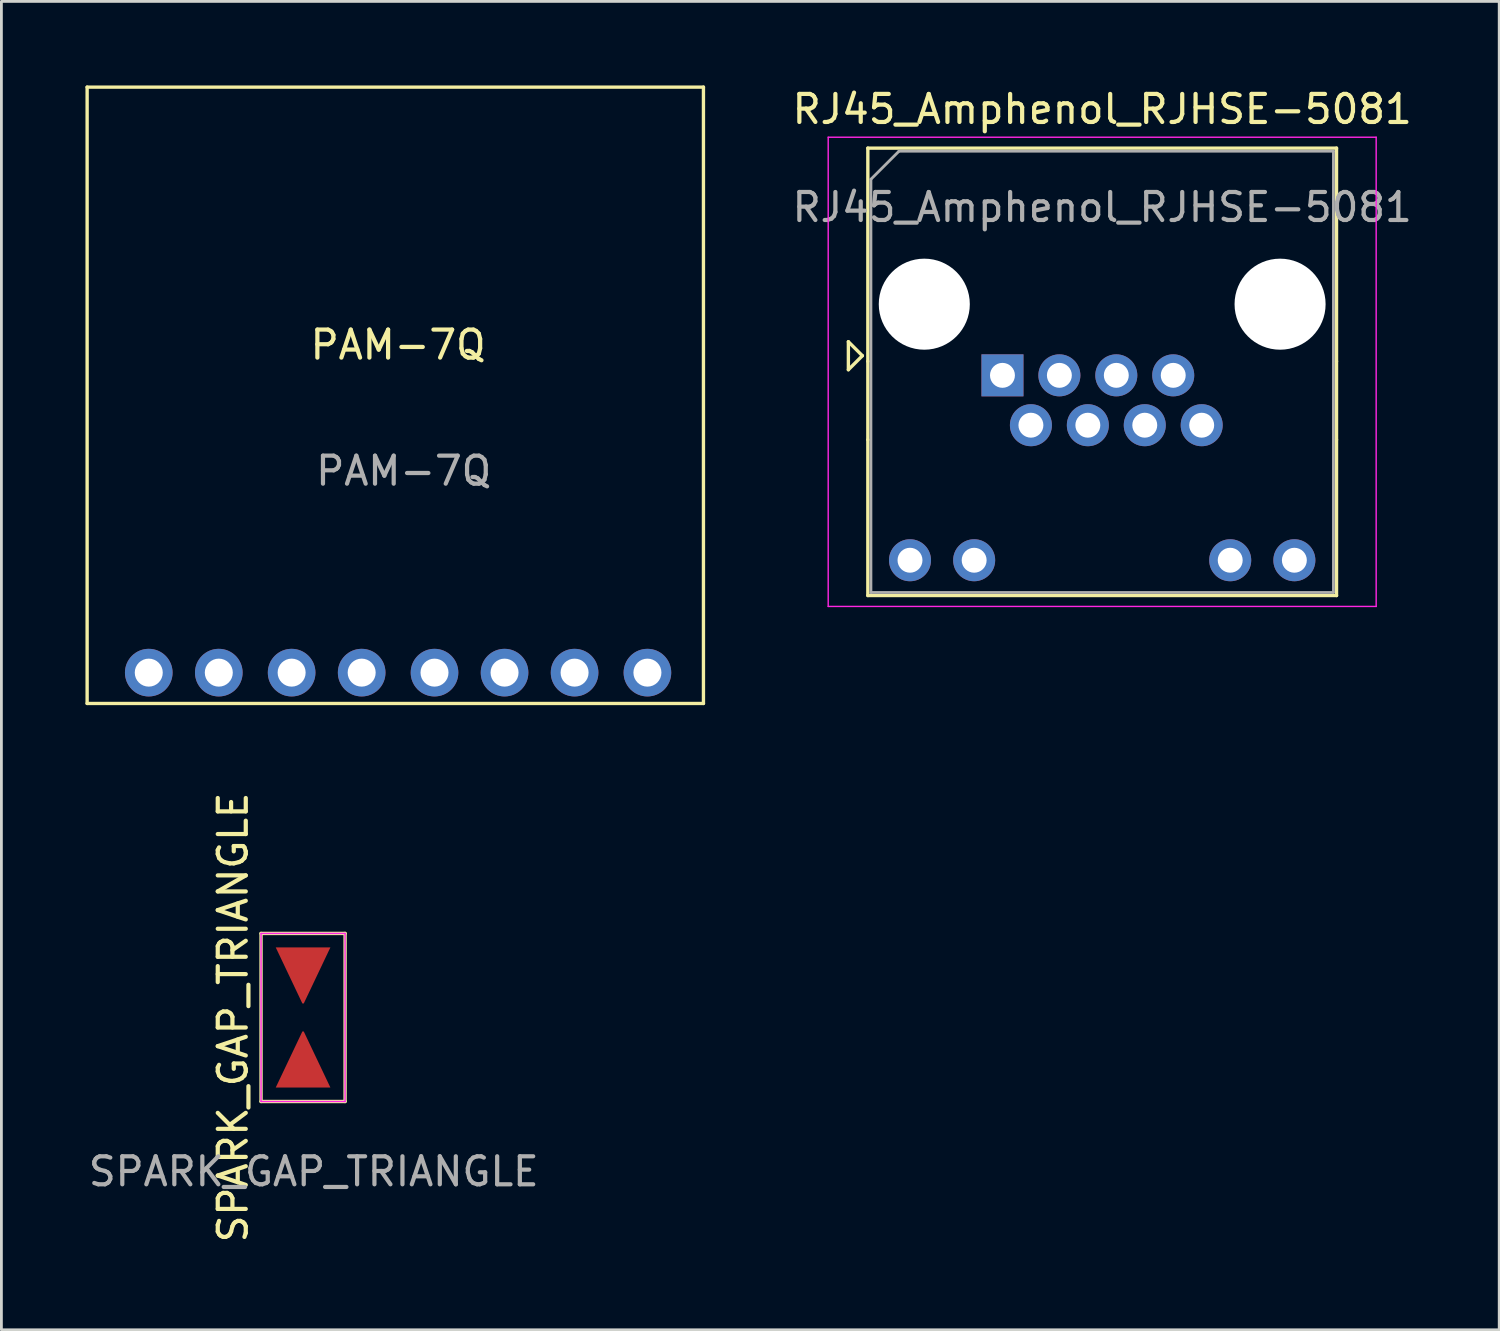
<source format=kicad_pcb>
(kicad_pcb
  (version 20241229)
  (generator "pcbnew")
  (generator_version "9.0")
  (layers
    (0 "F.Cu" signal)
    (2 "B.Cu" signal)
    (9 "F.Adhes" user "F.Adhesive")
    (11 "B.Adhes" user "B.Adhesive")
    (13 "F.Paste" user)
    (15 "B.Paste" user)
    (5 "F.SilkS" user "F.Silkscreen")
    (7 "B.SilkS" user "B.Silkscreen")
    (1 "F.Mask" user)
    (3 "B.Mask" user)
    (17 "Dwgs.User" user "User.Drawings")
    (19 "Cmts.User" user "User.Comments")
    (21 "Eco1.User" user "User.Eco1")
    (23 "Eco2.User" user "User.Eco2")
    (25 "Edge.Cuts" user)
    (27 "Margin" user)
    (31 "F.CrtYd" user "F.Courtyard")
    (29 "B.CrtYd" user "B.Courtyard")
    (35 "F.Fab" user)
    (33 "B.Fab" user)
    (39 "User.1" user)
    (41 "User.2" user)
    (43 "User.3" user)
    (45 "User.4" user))
  (footprint "PAM-7Q"
    (layer "F.Cu")
    (at 11.06 11.06)
    (property "Reference" "PAM-7Q" (at 0.1 -1.8 0) (unlocked yes) (layer "F.SilkS") (effects (font (size 1 1) (thickness 0.15))))
    (attr through_hole)
    (fp_line (start -11 -11) (end -11 11) (stroke (width 0.12) (type solid)) (layer "F.SilkS"))
    (fp_line (start -11 11) (end 11 11) (stroke (width 0.12) (type solid)) (layer "F.SilkS"))
    (fp_line (start 11 -11) (end -11 -11) (stroke (width 0.12) (type solid)) (layer "F.SilkS"))
    (fp_line (start 11 11) (end 11 -11) (stroke (width 0.12) (type solid)) (layer "F.SilkS"))
    (fp_text user "${REFERENCE}" (at 0.3 2.7 0) (unlocked yes) (layer "F.Fab") (effects (font (size 1 1) (thickness 0.15))))
    (pad "1" thru_hole circle (at 9 9.9) (size 1.7 1.7) (drill 1) (layers "*.Cu" "*.Mask"))
    (pad "2" thru_hole circle (at 6.4 9.9) (size 1.7 1.7) (drill 1) (layers "*.Cu" "*.Mask"))
    (pad "3" thru_hole circle (at 3.9 9.9) (size 1.7 1.7) (drill 1) (layers "*.Cu" "*.Mask"))
    (pad "4" thru_hole circle (at 1.4 9.9) (size 1.7 1.7) (drill 1) (layers "*.Cu" "*.Mask"))
    (pad "5" thru_hole circle (at -1.2 9.9) (size 1.7 1.7) (drill 1) (layers "*.Cu" "*.Mask"))
    (pad "6" thru_hole circle (at -3.7 9.9) (size 1.7 1.7) (drill 1) (layers "*.Cu" "*.Mask"))
    (pad "7" thru_hole circle (at -6.3 9.9) (size 1.7 1.7) (drill 1) (layers "*.Cu" "*.Mask"))
    (pad "8" thru_hole circle (at -8.8 9.9) (size 1.7 1.7) (drill 1) (layers "*.Cu" "*.Mask")))
  (footprint "RJ45_Amphenol_RJHSE-5081"
    (layer "F.Cu")
    (at 32.733 10.348)
    (property "Reference" "RJ45_Amphenol_RJHSE-5081" (at 3.56 -9.5 0) (layer "F.SilkS") (effects (font (size 1 1) (thickness 0.15))))
    (attr through_hole)
    (fp_line (start -5.5 -1.2) (end -5 -0.7) (stroke (width 0.12) (type solid)) (layer "F.SilkS"))
    (fp_line (start -5.5 -0.2) (end -5.5 -1.2) (stroke (width 0.12) (type solid)) (layer "F.SilkS"))
    (fp_line (start -5 -0.7) (end -5.5 -0.2) (stroke (width 0.12) (type solid)) (layer "F.SilkS"))
    (fp_line (start -4.805 -8.11) (end -4.805 -0.5) (stroke (width 0.12) (type solid)) (layer "F.SilkS"))
    (fp_line (start -4.805 -8.11) (end 11.925 -8.11) (stroke (width 0.12) (type solid)) (layer "F.SilkS"))
    (fp_line (start -4.805 -0.5) (end -4.805 2.3) (stroke (width 0.12) (type solid)) (layer "F.SilkS"))
    (fp_line (start -4.805 7.86) (end -4.805 2.3) (stroke (width 0.12) (type solid)) (layer "F.SilkS"))
    (fp_line (start -4.805 7.86) (end 11.925 7.86) (stroke (width 0.12) (type solid)) (layer "F.SilkS"))
    (fp_line (start 11.925 -8.11) (end 11.925 -0.5) (stroke (width 0.12) (type solid)) (layer "F.SilkS"))
    (fp_line (start 11.925 -0.5) (end 11.925 2.3) (stroke (width 0.12) (type solid)) (layer "F.SilkS"))
    (fp_line (start 11.925 7.86) (end 11.925 2.3) (stroke (width 0.12) (type solid)) (layer "F.SilkS"))
    (fp_line (start -6.22 -8.5) (end -6.22 8.25) (stroke (width 0.05) (type solid)) (layer "F.CrtYd"))
    (fp_line (start -6.22 -8.5) (end 13.34 -8.5) (stroke (width 0.05) (type solid)) (layer "F.CrtYd"))
    (fp_line (start -6.22 8.25) (end 13.34 8.25) (stroke (width 0.05) (type solid)) (layer "F.CrtYd"))
    (fp_line (start 13.34 -8.5) (end 13.34 8.25) (stroke (width 0.05) (type solid)) (layer "F.CrtYd"))
    (fp_line (start -4.695 -7) (end -4.695 7.75) (stroke (width 0.1) (type solid)) (layer "F.Fab"))
    (fp_line (start -4.695 -7) (end -3.695 -8) (stroke (width 0.1) (type solid)) (layer "F.Fab"))
    (fp_line (start -4.695 7.75) (end 11.815 7.75) (stroke (width 0.1) (type solid)) (layer "F.Fab"))
    (fp_line (start -3.695 -8) (end 11.815 -8) (stroke (width 0.1) (type solid)) (layer "F.Fab"))
    (fp_line (start 11.815 -8) (end 11.815 7.75) (stroke (width 0.1) (type solid)) (layer "F.Fab"))
    (fp_text user "${REFERENCE}" (at 3.56 -6 0) (layer "F.Fab") (effects (font (size 1 1) (thickness 0.15))))
    (pad "" np_thru_hole circle (at -2.79 -2.54) (size 3.25 3.25) (drill 3.25) (layers "*.Cu" "*.Mask"))
    (pad "" np_thru_hole circle (at 9.91 -2.54) (size 3.25 3.25) (drill 3.25) (layers "*.Cu" "*.Mask"))
    (pad "1" thru_hole rect (at 0 0) (size 1.5 1.5) (drill 0.89) (layers "*.Cu" "*.Mask"))
    (pad "2" thru_hole circle (at 1.016 1.78) (size 1.5 1.5) (drill 0.89) (layers "*.Cu" "*.Mask"))
    (pad "3" thru_hole circle (at 2.032 0) (size 1.5 1.5) (drill 0.89) (layers "*.Cu" "*.Mask"))
    (pad "4" thru_hole circle (at 3.048 1.78) (size 1.5 1.5) (drill 0.89) (layers "*.Cu" "*.Mask"))
    (pad "5" thru_hole circle (at 4.064 0) (size 1.5 1.5) (drill 0.89) (layers "*.Cu" "*.Mask"))
    (pad "6" thru_hole circle (at 5.08 1.78) (size 1.5 1.5) (drill 0.89) (layers "*.Cu" "*.Mask"))
    (pad "7" thru_hole circle (at 6.096 0) (size 1.5 1.5) (drill 0.89) (layers "*.Cu" "*.Mask"))
    (pad "8" thru_hole circle (at 7.112 1.78) (size 1.5 1.5) (drill 0.89) (layers "*.Cu" "*.Mask"))
    (pad "9" thru_hole circle (at -3.3 6.6) (size 1.5 1.5) (drill 0.89) (layers "*.Cu" "*.Mask"))
    (pad "10" thru_hole circle (at -1.01 6.6) (size 1.5 1.5) (drill 0.89) (layers "*.Cu" "*.Mask"))
    (pad "11" thru_hole circle (at 8.13 6.6) (size 1.5 1.5) (drill 0.89) (layers "*.Cu" "*.Mask"))
    (pad "12" thru_hole circle (at 10.42 6.6) (size 1.5 1.5) (drill 0.89) (layers "*.Cu" "*.Mask")))
  (footprint "SPARK_GAP_TRIANGLE"
    (layer "F.Cu")
    (at 7.768 33.269)
    (property "Reference" "SPARK_GAP_TRIANGLE" (at -2.5 0 90) (unlocked yes) (layer "F.SilkS") (effects (font (size 1 1) (thickness 0.15))))
    (attr smd)
    (fp_line (start -1.5 -3) (end -1.5 3) (stroke (width 0.12) (type solid)) (layer "F.SilkS"))
    (fp_line (start -1.5 3) (end 1.5 3) (stroke (width 0.12) (type solid)) (layer "F.SilkS"))
    (fp_line (start 1.5 -3) (end -1.5 -3) (stroke (width 0.12) (type solid)) (layer "F.SilkS"))
    (fp_line (start 1.5 3) (end 1.5 -3) (stroke (width 0.12) (type solid)) (layer "F.SilkS"))
    (fp_line (start -1.5 -3) (end 1.5 -3) (stroke (width 0.05) (type solid)) (layer "F.CrtYd"))
    (fp_line (start -1.5 3) (end -1.5 -3) (stroke (width 0.05) (type solid)) (layer "F.CrtYd"))
    (fp_line (start 1.5 -3) (end 1.5 3) (stroke (width 0.05) (type solid)) (layer "F.CrtYd"))
    (fp_line (start 1.5 3) (end -1.5 3) (stroke (width 0.05) (type solid)) (layer "F.CrtYd"))
    (fp_text user "${REFERENCE}" (at 0.381 5.5 0) (unlocked yes) (layer "F.Fab") (effects (font (size 1 1) (thickness 0.15))))
    (pad "1" smd trapezoid (at 0 1.5) (size 1 2) (rect_delta 0 0.95) (layers "F.Cu" "F.Mask" "F.Paste"))
    (pad "2" smd trapezoid (at 0 -1.5 180) (size 1 2) (rect_delta 0 0.95) (layers "F.Cu" "F.Mask" "F.Paste")))
  (gr_rect
    (start -3 -3)
    (end 50.465 44.418)
    (stroke (width 0.1) (type default))
    (fill no)
    (layer "Edge.Cuts")))
</source>
